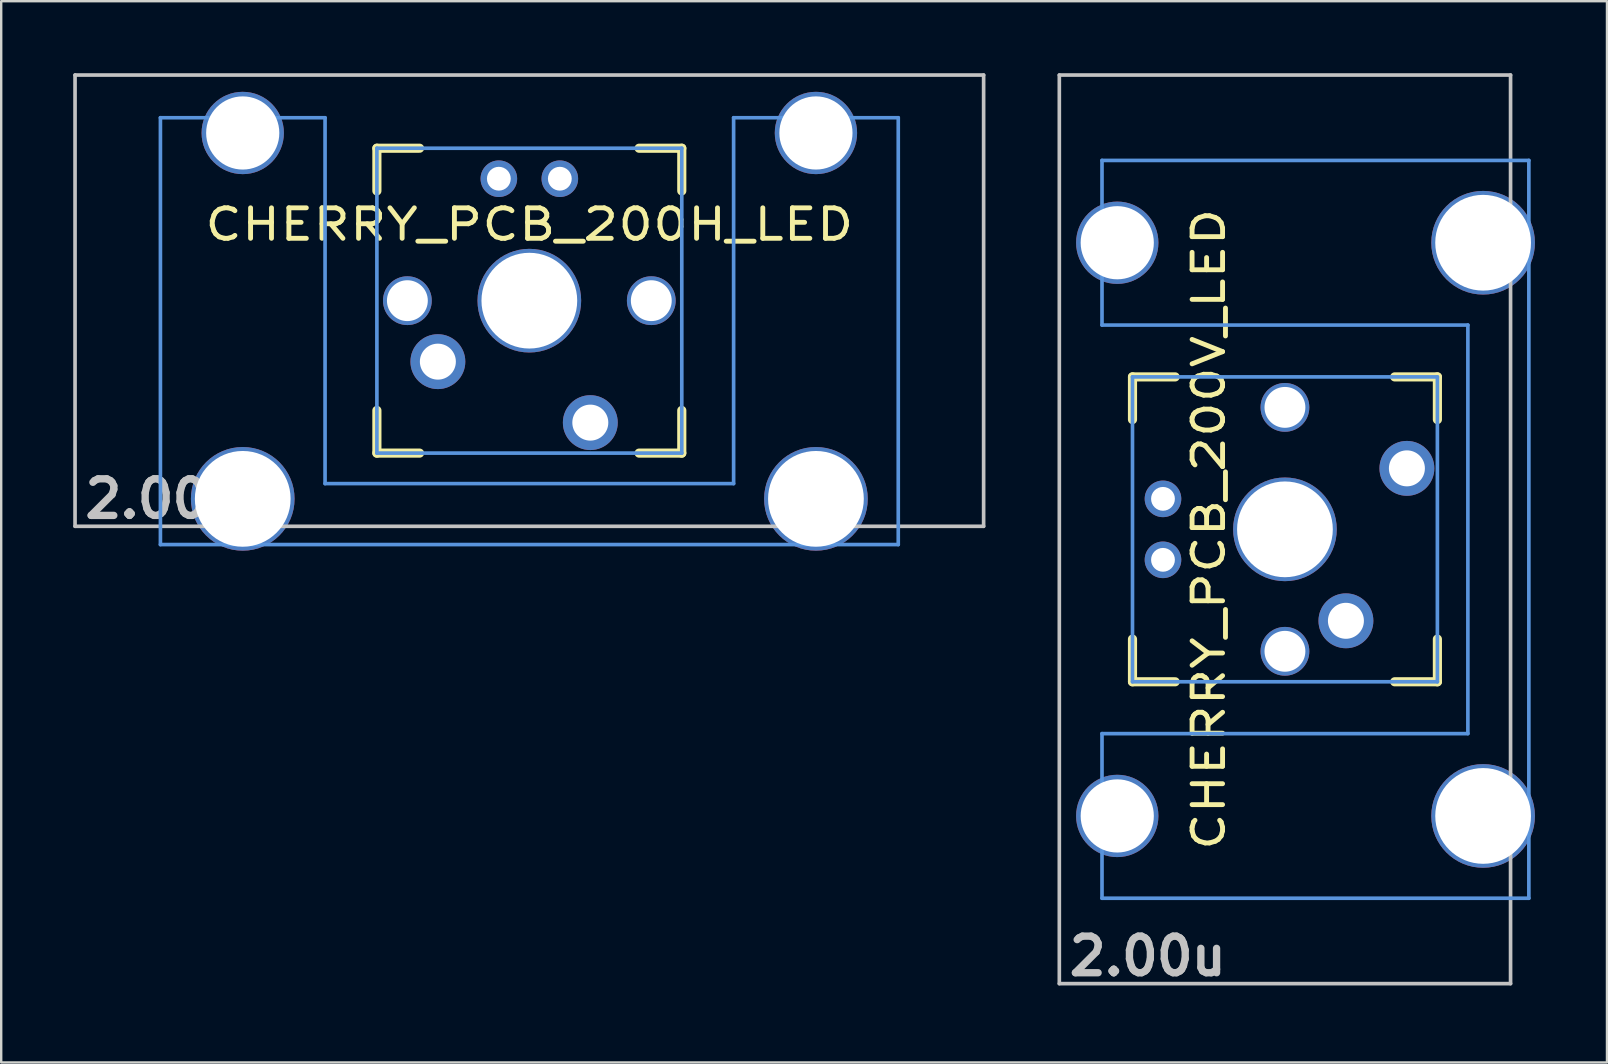
<source format=kicad_pcb>
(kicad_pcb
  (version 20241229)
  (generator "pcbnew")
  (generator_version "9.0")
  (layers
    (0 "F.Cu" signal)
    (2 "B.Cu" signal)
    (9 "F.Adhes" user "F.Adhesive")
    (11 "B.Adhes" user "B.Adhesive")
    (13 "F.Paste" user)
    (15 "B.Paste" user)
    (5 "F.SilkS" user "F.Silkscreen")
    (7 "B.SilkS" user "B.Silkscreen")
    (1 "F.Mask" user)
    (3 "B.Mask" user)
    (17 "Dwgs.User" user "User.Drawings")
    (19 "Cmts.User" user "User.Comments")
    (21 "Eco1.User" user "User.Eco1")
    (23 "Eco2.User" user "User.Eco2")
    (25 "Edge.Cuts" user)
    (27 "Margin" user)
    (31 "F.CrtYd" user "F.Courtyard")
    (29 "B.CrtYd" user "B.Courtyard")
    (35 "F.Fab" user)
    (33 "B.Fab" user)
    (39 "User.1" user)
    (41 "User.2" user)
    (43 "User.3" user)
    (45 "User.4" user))
  (footprint "CHERRY_PCB_200V_LED"
    (layer "F.Cu")
    (at 50.473 18.999)
    (property "Reference" "CHERRY_PCB_200V_LED" (at -3.175 0 90) (layer "F.SilkS") (effects (font (size 1.27 1.524) (thickness 0.203))))
    (attr through_hole)
    (fp_line (start -6.35 -6.35) (end -4.572 -6.35) (stroke (width 0.381) (type solid)) (layer "F.SilkS"))
    (fp_line (start -6.35 -4.572) (end -6.35 -6.35) (stroke (width 0.381) (type solid)) (layer "F.SilkS"))
    (fp_line (start -6.35 6.35) (end -6.35 4.572) (stroke (width 0.381) (type solid)) (layer "F.SilkS"))
    (fp_line (start -4.572 6.35) (end -6.35 6.35) (stroke (width 0.381) (type solid)) (layer "F.SilkS"))
    (fp_line (start 4.572 -6.35) (end 6.35 -6.35) (stroke (width 0.381) (type solid)) (layer "F.SilkS"))
    (fp_line (start 6.35 -6.35) (end 6.35 -4.572) (stroke (width 0.381) (type solid)) (layer "F.SilkS"))
    (fp_line (start 6.35 4.572) (end 6.35 6.35) (stroke (width 0.381) (type solid)) (layer "F.SilkS"))
    (fp_line (start 6.35 6.35) (end 4.572 6.35) (stroke (width 0.381) (type solid)) (layer "F.SilkS"))
    (fp_line (start -9.398 -18.923) (end 9.398 -18.923) (stroke (width 0.152) (type solid)) (layer "Dwgs.User"))
    (fp_line (start -9.398 18.923) (end -9.398 -18.923) (stroke (width 0.152) (type solid)) (layer "Dwgs.User"))
    (fp_line (start 9.398 -18.923) (end 9.398 18.923) (stroke (width 0.152) (type solid)) (layer "Dwgs.User"))
    (fp_line (start 9.398 18.923) (end -9.398 18.923) (stroke (width 0.152) (type solid)) (layer "Dwgs.User"))
    (fp_line (start -7.62 -15.367) (end -7.62 -8.509) (stroke (width 0.152) (type solid)) (layer "Cmts.User"))
    (fp_line (start -7.62 -8.509) (end 7.62 -8.509) (stroke (width 0.152) (type solid)) (layer "Cmts.User"))
    (fp_line (start -7.62 8.509) (end -7.62 15.367) (stroke (width 0.152) (type solid)) (layer "Cmts.User"))
    (fp_line (start -7.62 15.367) (end 10.16 15.367) (stroke (width 0.152) (type solid)) (layer "Cmts.User"))
    (fp_line (start -6.35 -6.35) (end 6.35 -6.35) (stroke (width 0.152) (type solid)) (layer "Cmts.User"))
    (fp_line (start -6.35 6.35) (end -6.35 -6.35) (stroke (width 0.152) (type solid)) (layer "Cmts.User"))
    (fp_line (start 6.35 -6.35) (end 6.35 6.35) (stroke (width 0.152) (type solid)) (layer "Cmts.User"))
    (fp_line (start 6.35 6.35) (end -6.35 6.35) (stroke (width 0.152) (type solid)) (layer "Cmts.User"))
    (fp_line (start 7.62 -8.509) (end 7.62 8.509) (stroke (width 0.152) (type solid)) (layer "Cmts.User"))
    (fp_line (start 7.62 8.509) (end -7.62 8.509) (stroke (width 0.152) (type solid)) (layer "Cmts.User"))
    (fp_line (start 10.16 -15.367) (end -7.62 -15.367) (stroke (width 0.152) (type solid)) (layer "Cmts.User"))
    (fp_line (start 10.16 15.367) (end 10.16 -15.367) (stroke (width 0.152) (type solid)) (layer "Cmts.User"))
    (fp_line (start -6.985 -6.985) (end -4.877 -6.985) (stroke (width 0.152) (type solid)) (layer "Eco2.User"))
    (fp_line (start -6.985 6.985) (end -6.985 -6.985) (stroke (width 0.152) (type solid)) (layer "Eco2.User"))
    (fp_line (start -5.69 -15.265) (end -2.286 -15.265) (stroke (width 0.152) (type solid)) (layer "Eco2.User"))
    (fp_line (start -5.69 -8.611) (end -5.69 -15.265) (stroke (width 0.152) (type solid)) (layer "Eco2.User"))
    (fp_line (start -5.69 8.611) (end -4.877 8.611) (stroke (width 0.152) (type solid)) (layer "Eco2.User"))
    (fp_line (start -5.69 15.265) (end -5.69 8.611) (stroke (width 0.152) (type solid)) (layer "Eco2.User"))
    (fp_line (start -4.877 -8.611) (end -5.69 -8.611) (stroke (width 0.152) (type solid)) (layer "Eco2.User"))
    (fp_line (start -4.877 -6.985) (end -4.877 -8.611) (stroke (width 0.152) (type solid)) (layer "Eco2.User"))
    (fp_line (start -4.877 6.985) (end -6.985 6.985) (stroke (width 0.152) (type solid)) (layer "Eco2.User"))
    (fp_line (start -4.877 8.611) (end -4.877 6.985) (stroke (width 0.152) (type solid)) (layer "Eco2.User"))
    (fp_line (start -2.286 -16.129) (end 0.508 -16.129) (stroke (width 0.152) (type solid)) (layer "Eco2.User"))
    (fp_line (start -2.286 -15.265) (end -2.286 -16.129) (stroke (width 0.152) (type solid)) (layer "Eco2.User"))
    (fp_line (start -2.286 15.265) (end -5.69 15.265) (stroke (width 0.152) (type solid)) (layer "Eco2.User"))
    (fp_line (start -2.286 16.129) (end -2.286 15.265) (stroke (width 0.152) (type solid)) (layer "Eco2.User"))
    (fp_line (start 0.508 -16.129) (end 0.508 -15.265) (stroke (width 0.152) (type solid)) (layer "Eco2.User"))
    (fp_line (start 0.508 -15.265) (end 6.604 -15.265) (stroke (width 0.152) (type solid)) (layer "Eco2.User"))
    (fp_line (start 0.508 15.265) (end 0.508 16.129) (stroke (width 0.152) (type solid)) (layer "Eco2.User"))
    (fp_line (start 0.508 16.129) (end -2.286 16.129) (stroke (width 0.152) (type solid)) (layer "Eco2.User"))
    (fp_line (start 5.817 -8.611) (end 5.817 -6.985) (stroke (width 0.152) (type solid)) (layer "Eco2.User"))
    (fp_line (start 5.817 -6.985) (end 6.985 -6.985) (stroke (width 0.152) (type solid)) (layer "Eco2.User"))
    (fp_line (start 5.817 6.985) (end 5.817 8.611) (stroke (width 0.152) (type solid)) (layer "Eco2.User"))
    (fp_line (start 5.817 8.611) (end 6.604 8.611) (stroke (width 0.152) (type solid)) (layer "Eco2.User"))
    (fp_line (start 6.604 -15.265) (end 6.604 -14.224) (stroke (width 0.152) (type solid)) (layer "Eco2.User"))
    (fp_line (start 6.604 -14.224) (end 7.772 -14.224) (stroke (width 0.152) (type solid)) (layer "Eco2.User"))
    (fp_line (start 6.604 -9.652) (end 6.604 -8.611) (stroke (width 0.152) (type solid)) (layer "Eco2.User"))
    (fp_line (start 6.604 -8.611) (end 5.817 -8.611) (stroke (width 0.152) (type solid)) (layer "Eco2.User"))
    (fp_line (start 6.604 8.611) (end 6.604 9.652) (stroke (width 0.152) (type solid)) (layer "Eco2.User"))
    (fp_line (start 6.604 9.652) (end 7.772 9.652) (stroke (width 0.152) (type solid)) (layer "Eco2.User"))
    (fp_line (start 6.604 14.224) (end 6.604 15.265) (stroke (width 0.152) (type solid)) (layer "Eco2.User"))
    (fp_line (start 6.604 15.265) (end 0.508 15.265) (stroke (width 0.152) (type solid)) (layer "Eco2.User"))
    (fp_line (start 6.985 -6.985) (end 6.985 6.985) (stroke (width 0.152) (type solid)) (layer "Eco2.User"))
    (fp_line (start 6.985 6.985) (end 5.817 6.985) (stroke (width 0.152) (type solid)) (layer "Eco2.User"))
    (fp_line (start 7.772 -14.224) (end 7.772 -9.652) (stroke (width 0.152) (type solid)) (layer "Eco2.User"))
    (fp_line (start 7.772 -9.652) (end 6.604 -9.652) (stroke (width 0.152) (type solid)) (layer "Eco2.User"))
    (fp_line (start 7.772 9.652) (end 7.772 14.224) (stroke (width 0.152) (type solid)) (layer "Eco2.User"))
    (fp_line (start 7.772 14.224) (end 6.604 14.224) (stroke (width 0.152) (type solid)) (layer "Eco2.User"))
    (fp_text user "2.00u" (at -5.715 17.78 0) (layer "Dwgs.User") (effects (font (size 1.524 1.524) (thickness 0.305))))
    (pad "1" thru_hole circle (at 5.08 -2.54 90) (size 2.286 2.286) (drill 1.499) (layers "*.Cu" "*.Mask"))
    (pad "2" thru_hole circle (at 2.54 3.81 90) (size 2.286 2.286) (drill 1.499) (layers "*.Cu" "*.Mask"))
    (pad "3" thru_hole circle (at -5.08 -1.27 90) (size 1.524 1.524) (drill 0.991) (layers "*.Cu" "*.Mask"))
    (pad "4" thru_hole circle (at -5.08 1.27 90) (size 1.524 1.524) (drill 0.991) (layers "*.Cu" "*.Mask"))
    (pad "HOLE" thru_hole circle (at -6.985 -11.938 90) (size 3.429 3.429) (drill 3.048) (layers "*.Cu" "*.Mask"))
    (pad "HOLE" thru_hole circle (at -6.985 11.938 90) (size 3.429 3.429) (drill 3.048) (layers "*.Cu" "*.Mask"))
    (pad "HOLE" thru_hole circle (at 0 -5.08 90) (size 2.032 2.032) (drill 1.702) (layers "*.Cu" "*.Mask"))
    (pad "HOLE" thru_hole circle (at 0 0 90) (size 4.318 4.318) (drill 3.988) (layers "*.Cu" "*.Mask"))
    (pad "HOLE" thru_hole circle (at 0 5.08 90) (size 2.032 2.032) (drill 1.702) (layers "*.Cu" "*.Mask"))
    (pad "HOLE" thru_hole circle (at 8.255 -11.938 90) (size 4.318 4.318) (drill 3.988) (layers "*.Cu" "*.Mask"))
    (pad "HOLE" thru_hole circle (at 8.255 11.938 90) (size 4.318 4.318) (drill 3.988) (layers "*.Cu" "*.Mask")))
  (footprint "CHERRY_PCB_200H_LED"
    (layer "F.Cu")
    (at 18.999 9.474)
    (property "Reference" "CHERRY_PCB_200H_LED" (at 0 -3.175 0) (layer "F.SilkS") (effects (font (size 1.27 1.524) (thickness 0.203))))
    (attr through_hole)
    (fp_line (start -6.35 -6.35) (end -4.572 -6.35) (stroke (width 0.381) (type solid)) (layer "F.SilkS"))
    (fp_line (start -6.35 -4.572) (end -6.35 -6.35) (stroke (width 0.381) (type solid)) (layer "F.SilkS"))
    (fp_line (start -6.35 6.35) (end -6.35 4.572) (stroke (width 0.381) (type solid)) (layer "F.SilkS"))
    (fp_line (start -4.572 6.35) (end -6.35 6.35) (stroke (width 0.381) (type solid)) (layer "F.SilkS"))
    (fp_line (start 4.572 -6.35) (end 6.35 -6.35) (stroke (width 0.381) (type solid)) (layer "F.SilkS"))
    (fp_line (start 6.35 -6.35) (end 6.35 -4.572) (stroke (width 0.381) (type solid)) (layer "F.SilkS"))
    (fp_line (start 6.35 4.572) (end 6.35 6.35) (stroke (width 0.381) (type solid)) (layer "F.SilkS"))
    (fp_line (start 6.35 6.35) (end 4.572 6.35) (stroke (width 0.381) (type solid)) (layer "F.SilkS"))
    (fp_line (start -18.923 -9.398) (end 18.923 -9.398) (stroke (width 0.152) (type solid)) (layer "Dwgs.User"))
    (fp_line (start -18.923 9.398) (end -18.923 -9.398) (stroke (width 0.152) (type solid)) (layer "Dwgs.User"))
    (fp_line (start 18.923 -9.398) (end 18.923 9.398) (stroke (width 0.152) (type solid)) (layer "Dwgs.User"))
    (fp_line (start 18.923 9.398) (end -18.923 9.398) (stroke (width 0.152) (type solid)) (layer "Dwgs.User"))
    (fp_line (start -15.367 -7.62) (end -15.367 10.16) (stroke (width 0.152) (type solid)) (layer "Cmts.User"))
    (fp_line (start -15.367 10.16) (end 15.367 10.16) (stroke (width 0.152) (type solid)) (layer "Cmts.User"))
    (fp_line (start -8.509 -7.62) (end -15.367 -7.62) (stroke (width 0.152) (type solid)) (layer "Cmts.User"))
    (fp_line (start -8.509 7.62) (end -8.509 -7.62) (stroke (width 0.152) (type solid)) (layer "Cmts.User"))
    (fp_line (start -6.35 -6.35) (end 6.35 -6.35) (stroke (width 0.152) (type solid)) (layer "Cmts.User"))
    (fp_line (start -6.35 6.35) (end -6.35 -6.35) (stroke (width 0.152) (type solid)) (layer "Cmts.User"))
    (fp_line (start 6.35 -6.35) (end 6.35 6.35) (stroke (width 0.152) (type solid)) (layer "Cmts.User"))
    (fp_line (start 6.35 6.35) (end -6.35 6.35) (stroke (width 0.152) (type solid)) (layer "Cmts.User"))
    (fp_line (start 8.509 -7.62) (end 8.509 7.62) (stroke (width 0.152) (type solid)) (layer "Cmts.User"))
    (fp_line (start 8.509 7.62) (end -8.509 7.62) (stroke (width 0.152) (type solid)) (layer "Cmts.User"))
    (fp_line (start 15.367 -7.62) (end 8.509 -7.62) (stroke (width 0.152) (type solid)) (layer "Cmts.User"))
    (fp_line (start 15.367 10.16) (end 15.367 -7.62) (stroke (width 0.152) (type solid)) (layer "Cmts.User"))
    (fp_line (start -16.129 -2.286) (end -15.265 -2.286) (stroke (width 0.152) (type solid)) (layer "Eco2.User"))
    (fp_line (start -16.129 0.508) (end -16.129 -2.286) (stroke (width 0.152) (type solid)) (layer "Eco2.User"))
    (fp_line (start -15.265 -5.69) (end -8.611 -5.69) (stroke (width 0.152) (type solid)) (layer "Eco2.User"))
    (fp_line (start -15.265 -2.286) (end -15.265 -5.69) (stroke (width 0.152) (type solid)) (layer "Eco2.User"))
    (fp_line (start -15.265 0.508) (end -16.129 0.508) (stroke (width 0.152) (type solid)) (layer "Eco2.User"))
    (fp_line (start -15.265 6.604) (end -15.265 0.508) (stroke (width 0.152) (type solid)) (layer "Eco2.User"))
    (fp_line (start -14.224 6.604) (end -15.265 6.604) (stroke (width 0.152) (type solid)) (layer "Eco2.User"))
    (fp_line (start -14.224 7.772) (end -14.224 6.604) (stroke (width 0.152) (type solid)) (layer "Eco2.User"))
    (fp_line (start -9.652 6.604) (end -9.652 7.772) (stroke (width 0.152) (type solid)) (layer "Eco2.User"))
    (fp_line (start -9.652 7.772) (end -14.224 7.772) (stroke (width 0.152) (type solid)) (layer "Eco2.User"))
    (fp_line (start -8.611 -5.69) (end -8.611 -4.877) (stroke (width 0.152) (type solid)) (layer "Eco2.User"))
    (fp_line (start -8.611 -4.877) (end -6.985 -4.877) (stroke (width 0.152) (type solid)) (layer "Eco2.User"))
    (fp_line (start -8.611 5.817) (end -8.611 6.604) (stroke (width 0.152) (type solid)) (layer "Eco2.User"))
    (fp_line (start -8.611 6.604) (end -9.652 6.604) (stroke (width 0.152) (type solid)) (layer "Eco2.User"))
    (fp_line (start -6.985 -6.985) (end 6.985 -6.985) (stroke (width 0.152) (type solid)) (layer "Eco2.User"))
    (fp_line (start -6.985 -4.877) (end -6.985 -6.985) (stroke (width 0.152) (type solid)) (layer "Eco2.User"))
    (fp_line (start -6.985 5.817) (end -8.611 5.817) (stroke (width 0.152) (type solid)) (layer "Eco2.User"))
    (fp_line (start -6.985 6.985) (end -6.985 5.817) (stroke (width 0.152) (type solid)) (layer "Eco2.User"))
    (fp_line (start 6.985 -6.985) (end 6.985 -4.877) (stroke (width 0.152) (type solid)) (layer "Eco2.User"))
    (fp_line (start 6.985 -4.877) (end 8.611 -4.877) (stroke (width 0.152) (type solid)) (layer "Eco2.User"))
    (fp_line (start 6.985 5.817) (end 6.985 6.985) (stroke (width 0.152) (type solid)) (layer "Eco2.User"))
    (fp_line (start 6.985 6.985) (end -6.985 6.985) (stroke (width 0.152) (type solid)) (layer "Eco2.User"))
    (fp_line (start 8.611 -5.69) (end 15.265 -5.69) (stroke (width 0.152) (type solid)) (layer "Eco2.User"))
    (fp_line (start 8.611 -4.877) (end 8.611 -5.69) (stroke (width 0.152) (type solid)) (layer "Eco2.User"))
    (fp_line (start 8.611 5.817) (end 6.985 5.817) (stroke (width 0.152) (type solid)) (layer "Eco2.User"))
    (fp_line (start 8.611 6.604) (end 8.611 5.817) (stroke (width 0.152) (type solid)) (layer "Eco2.User"))
    (fp_line (start 9.652 6.604) (end 8.611 6.604) (stroke (width 0.152) (type solid)) (layer "Eco2.User"))
    (fp_line (start 9.652 7.772) (end 9.652 6.604) (stroke (width 0.152) (type solid)) (layer "Eco2.User"))
    (fp_line (start 14.224 6.604) (end 14.224 7.772) (stroke (width 0.152) (type solid)) (layer "Eco2.User"))
    (fp_line (start 14.224 7.772) (end 9.652 7.772) (stroke (width 0.152) (type solid)) (layer "Eco2.User"))
    (fp_line (start 15.265 -5.69) (end 15.265 -2.286) (stroke (width 0.152) (type solid)) (layer "Eco2.User"))
    (fp_line (start 15.265 -2.286) (end 16.129 -2.286) (stroke (width 0.152) (type solid)) (layer "Eco2.User"))
    (fp_line (start 15.265 0.508) (end 15.265 6.604) (stroke (width 0.152) (type solid)) (layer "Eco2.User"))
    (fp_line (start 15.265 6.604) (end 14.224 6.604) (stroke (width 0.152) (type solid)) (layer "Eco2.User"))
    (fp_line (start 16.129 -2.286) (end 16.129 0.508) (stroke (width 0.152) (type solid)) (layer "Eco2.User"))
    (fp_line (start 16.129 0.508) (end 15.265 0.508) (stroke (width 0.152) (type solid)) (layer "Eco2.User"))
    (fp_text user "2.00u" (at -15.24 8.255 0) (layer "Dwgs.User") (effects (font (size 1.524 1.524) (thickness 0.305))))
    (pad "1" thru_hole circle (at 2.54 5.08) (size 2.286 2.286) (drill 1.499) (layers "*.Cu" "*.Mask"))
    (pad "2" thru_hole circle (at -3.81 2.54) (size 2.286 2.286) (drill 1.499) (layers "*.Cu" "*.Mask"))
    (pad "3" thru_hole circle (at 1.27 -5.08) (size 1.524 1.524) (drill 0.991) (layers "*.Cu" "*.Mask"))
    (pad "4" thru_hole circle (at -1.27 -5.08) (size 1.524 1.524) (drill 0.991) (layers "*.Cu" "*.Mask"))
    (pad "HOLE" thru_hole circle (at -11.938 -6.985) (size 3.429 3.429) (drill 3.048) (layers "*.Cu" "*.Mask"))
    (pad "HOLE" thru_hole circle (at -11.938 8.255) (size 4.318 4.318) (drill 3.988) (layers "*.Cu" "*.Mask"))
    (pad "HOLE" thru_hole circle (at -5.08 0 90) (size 2.032 2.032) (drill 1.702) (layers "*.Cu" "*.Mask"))
    (pad "HOLE" thru_hole circle (at 0 0) (size 4.318 4.318) (drill 3.988) (layers "*.Cu" "*.Mask"))
    (pad "HOLE" thru_hole circle (at 5.08 0 90) (size 2.032 2.032) (drill 1.702) (layers "*.Cu" "*.Mask"))
    (pad "HOLE" thru_hole circle (at 11.938 -6.985) (size 3.429 3.429) (drill 3.048) (layers "*.Cu" "*.Mask"))
    (pad "HOLE" thru_hole circle (at 11.938 8.255) (size 4.318 4.318) (drill 3.988) (layers "*.Cu" "*.Mask")))
  (gr_rect
    (start -3 -3)
    (end 63.887 41.206)
    (stroke (width 0.1) (type default))
    (fill no)
    (layer "Edge.Cuts")))
</source>
